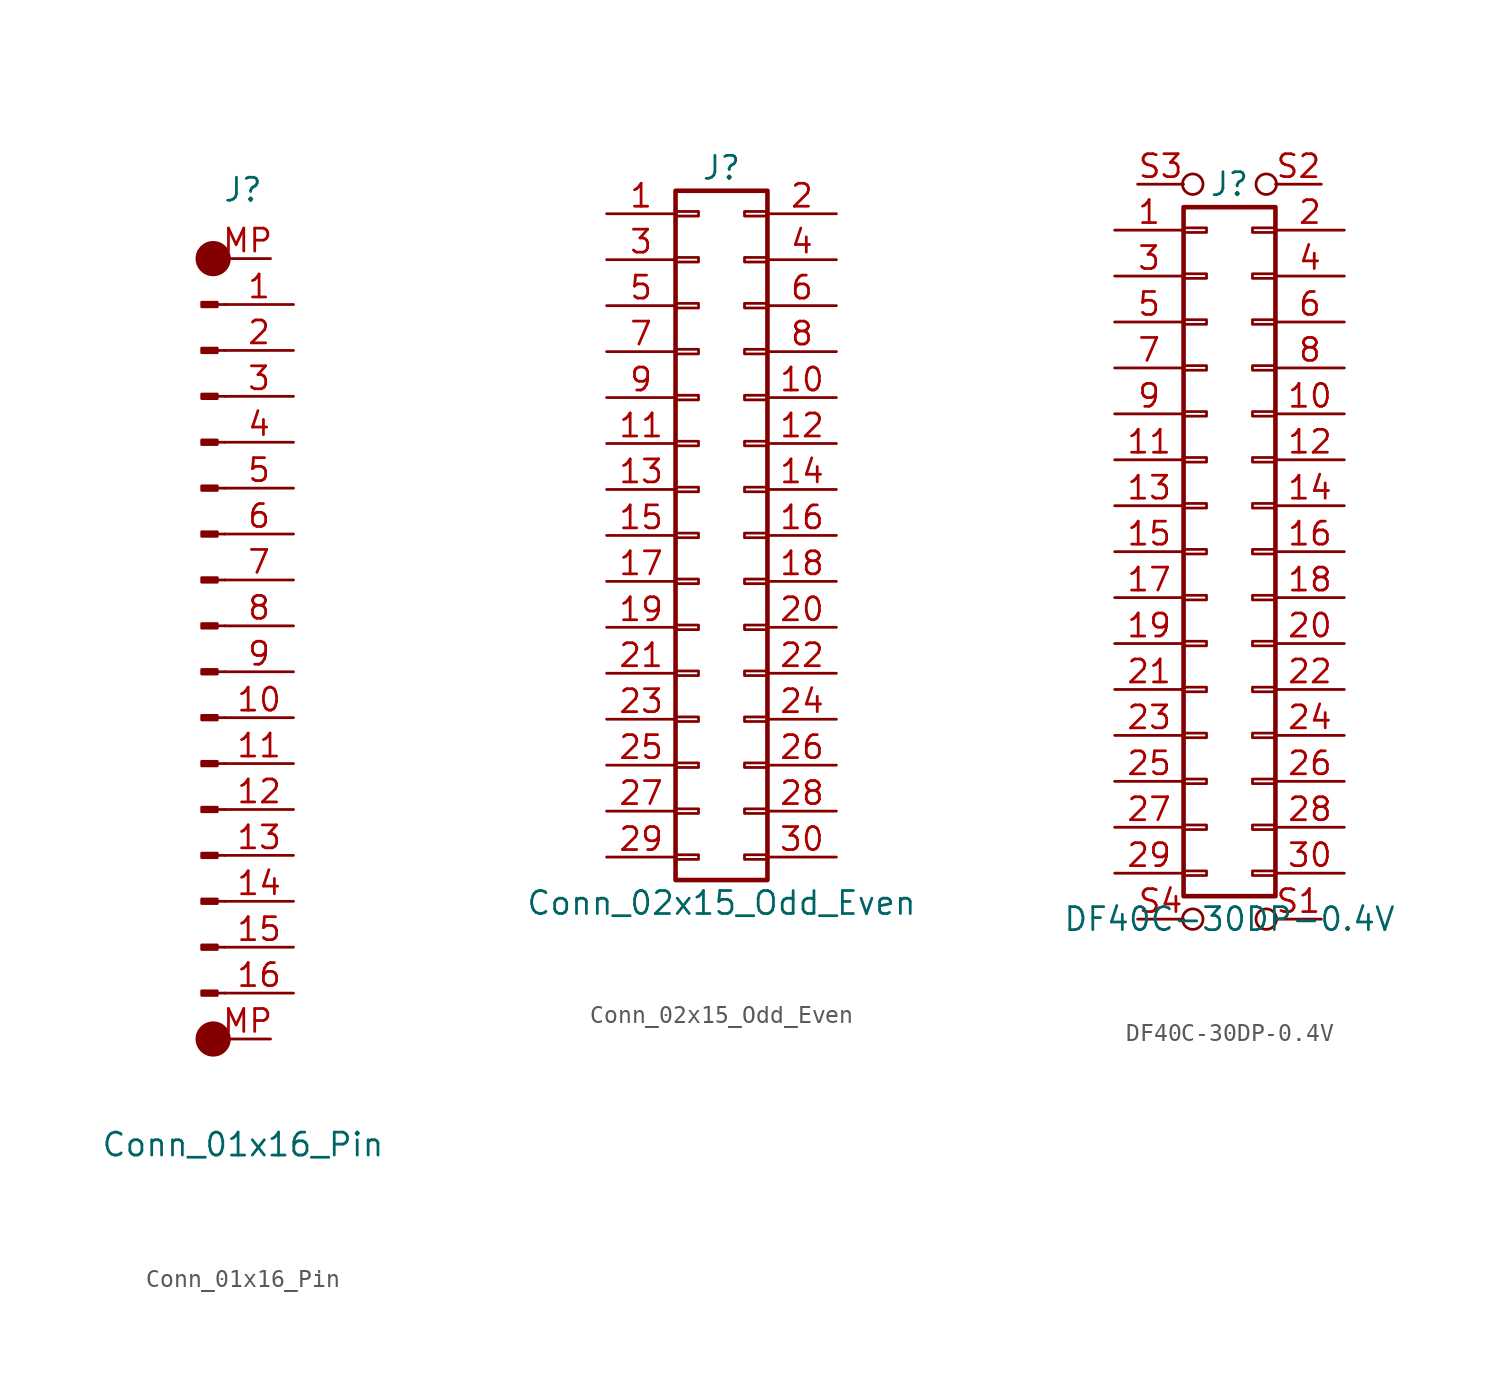
<source format=kicad_sym>
(kicad_symbol_lib
  (version 20231120)
  (generator "kicad_symbol_editor")
  (generator_version "8.0")
  (symbol "Conn_01x16_Pin"
    (pin_names
      (offset 1.016) hide)
    (property "Reference" "J"
      (at -0.254 25.4 0)
      (effects (font (size 1.27 1.27))))
    (property "Value" "Conn_01x16_Pin"
      (at -0.254 -27.432 0)
      (effects (font (size 1.27 1.27))))
    (property "ki_locked" ""
      (at 0 0 0)
      (effects (font (size 1.27 1.27))))
    (symbol "Conn_01x16_Pin_1_1"
      (circle (center -1.905 -21.59) (radius 0.898) (stroke (width 0) (type default)) (fill (type outline)))
      (circle (center -1.905 21.59) (radius 0.898) (stroke (width 0) (type default)) (fill (type outline)))
      (rectangle (start -1.676 -18.923) (end -2.54 -19.177) (stroke (width 0.152) (type default)) (fill (type outline)))
      (rectangle (start -1.676 -16.383) (end -2.54 -16.637) (stroke (width 0.152) (type default)) (fill (type outline)))
      (rectangle (start -1.676 -13.843) (end -2.54 -14.097) (stroke (width 0.152) (type default)) (fill (type outline)))
      (rectangle (start -1.676 -11.303) (end -2.54 -11.557) (stroke (width 0.152) (type default)) (fill (type outline)))
      (rectangle (start -1.676 -8.763) (end -2.54 -9.017) (stroke (width 0.152) (type default)) (fill (type outline)))
      (rectangle (start -1.676 -6.223) (end -2.54 -6.477) (stroke (width 0.152) (type default)) (fill (type outline)))
      (rectangle (start -1.676 -3.683) (end -2.54 -3.937) (stroke (width 0.152) (type default)) (fill (type outline)))
      (rectangle (start -1.676 -1.143) (end -2.54 -1.397) (stroke (width 0.152) (type default)) (fill (type outline)))
      (rectangle (start -1.676 1.397) (end -2.54 1.143) (stroke (width 0.152) (type default)) (fill (type outline)))
      (rectangle (start -1.676 3.937) (end -2.54 3.683) (stroke (width 0.152) (type default)) (fill (type outline)))
      (rectangle (start -1.676 6.477) (end -2.54 6.223) (stroke (width 0.152) (type default)) (fill (type outline)))
      (rectangle (start -1.676 9.017) (end -2.54 8.763) (stroke (width 0.152) (type default)) (fill (type outline)))
      (rectangle (start -1.676 11.557) (end -2.54 11.303) (stroke (width 0.152) (type default)) (fill (type outline)))
      (rectangle (start -1.676 14.097) (end -2.54 13.843) (stroke (width 0.152) (type default)) (fill (type outline)))
      (rectangle (start -1.676 16.637) (end -2.54 16.383) (stroke (width 0.152) (type default)) (fill (type outline)))
      (rectangle (start -1.676 19.177) (end -2.54 18.923) (stroke (width 0.152) (type default)) (fill (type outline)))
      (polyline (pts (xy -1.27 -19.05) (xy -1.676 -19.05)) (stroke (width 0.152) (type default)) (fill (type none)))
      (polyline (pts (xy -1.27 -16.51) (xy -1.676 -16.51)) (stroke (width 0.152) (type default)) (fill (type none)))
      (polyline (pts (xy -1.27 -13.97) (xy -1.676 -13.97)) (stroke (width 0.152) (type default)) (fill (type none)))
      (polyline (pts (xy -1.27 -11.43) (xy -1.676 -11.43)) (stroke (width 0.152) (type default)) (fill (type none)))
      (polyline (pts (xy -1.27 -8.89) (xy -1.676 -8.89)) (stroke (width 0.152) (type default)) (fill (type none)))
      (polyline (pts (xy -1.27 -6.35) (xy -1.676 -6.35)) (stroke (width 0.152) (type default)) (fill (type none)))
      (polyline (pts (xy -1.27 -3.81) (xy -1.676 -3.81)) (stroke (width 0.152) (type default)) (fill (type none)))
      (polyline (pts (xy -1.27 -1.27) (xy -1.676 -1.27)) (stroke (width 0.152) (type default)) (fill (type none)))
      (polyline (pts (xy -1.27 1.27) (xy -1.676 1.27)) (stroke (width 0.152) (type default)) (fill (type none)))
      (polyline (pts (xy -1.27 3.81) (xy -1.676 3.81)) (stroke (width 0.152) (type default)) (fill (type none)))
      (polyline (pts (xy -1.27 6.35) (xy -1.676 6.35)) (stroke (width 0.152) (type default)) (fill (type none)))
      (polyline (pts (xy -1.27 8.89) (xy -1.676 8.89)) (stroke (width 0.152) (type default)) (fill (type none)))
      (polyline (pts (xy -1.27 11.43) (xy -1.676 11.43)) (stroke (width 0.152) (type default)) (fill (type none)))
      (polyline (pts (xy -1.27 13.97) (xy -1.676 13.97)) (stroke (width 0.152) (type default)) (fill (type none)))
      (polyline (pts (xy -1.27 16.51) (xy -1.676 16.51)) (stroke (width 0.152) (type default)) (fill (type none)))
      (polyline (pts (xy -1.27 19.05) (xy -1.676 19.05)) (stroke (width 0.152) (type default)) (fill (type none)))
      (pin passive line (at 2.54 19.05 180) (length 3.81) (name "Pin_1" (effects (font (size 1.27 1.27)))) (number "1" (effects (font (size 1.27 1.27)))))
      (pin passive line (at 2.54 -3.81 180) (length 3.81) (name "Pin_10" (effects (font (size 1.27 1.27)))) (number "10" (effects (font (size 1.27 1.27)))))
      (pin passive line (at 2.54 -6.35 180) (length 3.81) (name "Pin_11" (effects (font (size 1.27 1.27)))) (number "11" (effects (font (size 1.27 1.27)))))
      (pin passive line (at 2.54 -8.89 180) (length 3.81) (name "Pin_12" (effects (font (size 1.27 1.27)))) (number "12" (effects (font (size 1.27 1.27)))))
      (pin passive line (at 2.54 -11.43 180) (length 3.81) (name "Pin_13" (effects (font (size 1.27 1.27)))) (number "13" (effects (font (size 1.27 1.27)))))
      (pin passive line (at 2.54 -13.97 180) (length 3.81) (name "Pin_14" (effects (font (size 1.27 1.27)))) (number "14" (effects (font (size 1.27 1.27)))))
      (pin passive line (at 2.54 -16.51 180) (length 3.81) (name "Pin_15" (effects (font (size 1.27 1.27)))) (number "15" (effects (font (size 1.27 1.27)))))
      (pin passive line (at 2.54 -19.05 180) (length 3.81) (name "Pin_16" (effects (font (size 1.27 1.27)))) (number "16" (effects (font (size 1.27 1.27)))))
      (pin passive line (at 2.54 16.51 180) (length 3.81) (name "Pin_2" (effects (font (size 1.27 1.27)))) (number "2" (effects (font (size 1.27 1.27)))))
      (pin passive line (at 2.54 13.97 180) (length 3.81) (name "Pin_3" (effects (font (size 1.27 1.27)))) (number "3" (effects (font (size 1.27 1.27)))))
      (pin passive line (at 2.54 11.43 180) (length 3.81) (name "Pin_4" (effects (font (size 1.27 1.27)))) (number "4" (effects (font (size 1.27 1.27)))))
      (pin passive line (at 2.54 8.89 180) (length 3.81) (name "Pin_5" (effects (font (size 1.27 1.27)))) (number "5" (effects (font (size 1.27 1.27)))))
      (pin passive line (at 2.54 6.35 180) (length 3.81) (name "Pin_6" (effects (font (size 1.27 1.27)))) (number "6" (effects (font (size 1.27 1.27)))))
      (pin passive line (at 2.54 3.81 180) (length 3.81) (name "Pin_7" (effects (font (size 1.27 1.27)))) (number "7" (effects (font (size 1.27 1.27)))))
      (pin passive line (at 2.54 1.27 180) (length 3.81) (name "Pin_8" (effects (font (size 1.27 1.27)))) (number "8" (effects (font (size 1.27 1.27)))))
      (pin passive line (at 2.54 -1.27 180) (length 3.81) (name "Pin_9" (effects (font (size 1.27 1.27)))) (number "9" (effects (font (size 1.27 1.27)))))
      (pin input line (at 1.27 -21.59 180) (length 2.54) (name "MP" (effects (font (size 1.27 1.27)))) (number "MP" (effects (font (size 1.27 1.27)))))
      (pin input line (at 1.27 21.59 180) (length 2.54) (name "MP" (effects (font (size 1.27 1.27)))) (number "MP" (effects (font (size 1.27 1.27)))))))
  (symbol "Conn_02x15_Odd_Even"
    (pin_names
      (offset 1.016) hide)
    (property "Reference" "J"
      (at 0 20.32 0)
      (effects (font (size 1.27 1.27))))
    (property "Value" "Conn_02x15_Odd_Even"
      (at 0 -20.32 0)
      (effects (font (size 1.27 1.27))))
    (symbol "Conn_02x15_Odd_Even_1_1"
      (rectangle (start -2.54 -17.653) (end -1.27 -17.907) (stroke (width 0.152) (type default)) (fill (type none)))
      (rectangle (start -2.54 -15.113) (end -1.27 -15.367) (stroke (width 0.152) (type default)) (fill (type none)))
      (rectangle (start -2.54 -12.573) (end -1.27 -12.827) (stroke (width 0.152) (type default)) (fill (type none)))
      (rectangle (start -2.54 -10.033) (end -1.27 -10.287) (stroke (width 0.152) (type default)) (fill (type none)))
      (rectangle (start -2.54 -7.493) (end -1.27 -7.747) (stroke (width 0.152) (type default)) (fill (type none)))
      (rectangle (start -2.54 -4.953) (end -1.27 -5.207) (stroke (width 0.152) (type default)) (fill (type none)))
      (rectangle (start -2.54 -2.413) (end -1.27 -2.667) (stroke (width 0.152) (type default)) (fill (type none)))
      (rectangle (start -2.54 0.127) (end -1.27 -0.127) (stroke (width 0.152) (type default)) (fill (type none)))
      (rectangle (start -2.54 2.667) (end -1.27 2.413) (stroke (width 0.152) (type default)) (fill (type none)))
      (rectangle (start -2.54 5.207) (end -1.27 4.953) (stroke (width 0.152) (type default)) (fill (type none)))
      (rectangle (start -2.54 7.747) (end -1.27 7.493) (stroke (width 0.152) (type default)) (fill (type none)))
      (rectangle (start -2.54 10.287) (end -1.27 10.033) (stroke (width 0.152) (type default)) (fill (type none)))
      (rectangle (start -2.54 12.827) (end -1.27 12.573) (stroke (width 0.152) (type default)) (fill (type none)))
      (rectangle (start -2.54 15.367) (end -1.27 15.113) (stroke (width 0.152) (type default)) (fill (type none)))
      (rectangle (start -2.54 17.907) (end -1.27 17.653) (stroke (width 0.152) (type default)) (fill (type none)))
      (rectangle (start -2.54 19.05) (end 2.54 -19.05) (stroke (width 0.254) (type default)) (fill (type none)))
      (rectangle (start 2.54 -17.653) (end 1.27 -17.907) (stroke (width 0.152) (type default)) (fill (type none)))
      (rectangle (start 2.54 -15.113) (end 1.27 -15.367) (stroke (width 0.152) (type default)) (fill (type none)))
      (rectangle (start 2.54 -12.573) (end 1.27 -12.827) (stroke (width 0.152) (type default)) (fill (type none)))
      (rectangle (start 2.54 -10.033) (end 1.27 -10.287) (stroke (width 0.152) (type default)) (fill (type none)))
      (rectangle (start 2.54 -7.493) (end 1.27 -7.747) (stroke (width 0.152) (type default)) (fill (type none)))
      (rectangle (start 2.54 -4.953) (end 1.27 -5.207) (stroke (width 0.152) (type default)) (fill (type none)))
      (rectangle (start 2.54 -2.413) (end 1.27 -2.667) (stroke (width 0.152) (type default)) (fill (type none)))
      (rectangle (start 2.54 0.127) (end 1.27 -0.127) (stroke (width 0.152) (type default)) (fill (type none)))
      (rectangle (start 2.54 2.667) (end 1.27 2.413) (stroke (width 0.152) (type default)) (fill (type none)))
      (rectangle (start 2.54 5.207) (end 1.27 4.953) (stroke (width 0.152) (type default)) (fill (type none)))
      (rectangle (start 2.54 7.747) (end 1.27 7.493) (stroke (width 0.152) (type default)) (fill (type none)))
      (rectangle (start 2.54 10.287) (end 1.27 10.033) (stroke (width 0.152) (type default)) (fill (type none)))
      (rectangle (start 2.54 12.827) (end 1.27 12.573) (stroke (width 0.152) (type default)) (fill (type none)))
      (rectangle (start 2.54 15.367) (end 1.27 15.113) (stroke (width 0.152) (type default)) (fill (type none)))
      (rectangle (start 2.54 17.907) (end 1.27 17.653) (stroke (width 0.152) (type default)) (fill (type none)))
      (pin passive line (at -6.35 17.78 0) (length 3.81) (name "Pin_1" (effects (font (size 1.27 1.27)))) (number "1" (effects (font (size 1.27 1.27)))))
      (pin passive line (at 6.35 7.62 180) (length 3.81) (name "Pin_10" (effects (font (size 1.27 1.27)))) (number "10" (effects (font (size 1.27 1.27)))))
      (pin passive line (at -6.35 5.08 0) (length 3.81) (name "Pin_11" (effects (font (size 1.27 1.27)))) (number "11" (effects (font (size 1.27 1.27)))))
      (pin passive line (at 6.35 5.08 180) (length 3.81) (name "Pin_12" (effects (font (size 1.27 1.27)))) (number "12" (effects (font (size 1.27 1.27)))))
      (pin passive line (at -6.35 2.54 0) (length 3.81) (name "Pin_13" (effects (font (size 1.27 1.27)))) (number "13" (effects (font (size 1.27 1.27)))))
      (pin passive line (at 6.35 2.54 180) (length 3.81) (name "Pin_14" (effects (font (size 1.27 1.27)))) (number "14" (effects (font (size 1.27 1.27)))))
      (pin passive line (at -6.35 0 0) (length 3.81) (name "Pin_15" (effects (font (size 1.27 1.27)))) (number "15" (effects (font (size 1.27 1.27)))))
      (pin passive line (at 6.35 0 180) (length 3.81) (name "Pin_16" (effects (font (size 1.27 1.27)))) (number "16" (effects (font (size 1.27 1.27)))))
      (pin passive line (at -6.35 -2.54 0) (length 3.81) (name "Pin_17" (effects (font (size 1.27 1.27)))) (number "17" (effects (font (size 1.27 1.27)))))
      (pin passive line (at 6.35 -2.54 180) (length 3.81) (name "Pin_18" (effects (font (size 1.27 1.27)))) (number "18" (effects (font (size 1.27 1.27)))))
      (pin passive line (at -6.35 -5.08 0) (length 3.81) (name "Pin_19" (effects (font (size 1.27 1.27)))) (number "19" (effects (font (size 1.27 1.27)))))
      (pin passive line (at 6.35 17.78 180) (length 3.81) (name "Pin_2" (effects (font (size 1.27 1.27)))) (number "2" (effects (font (size 1.27 1.27)))))
      (pin passive line (at 6.35 -5.08 180) (length 3.81) (name "Pin_20" (effects (font (size 1.27 1.27)))) (number "20" (effects (font (size 1.27 1.27)))))
      (pin passive line (at -6.35 -7.62 0) (length 3.81) (name "Pin_21" (effects (font (size 1.27 1.27)))) (number "21" (effects (font (size 1.27 1.27)))))
      (pin passive line (at 6.35 -7.62 180) (length 3.81) (name "Pin_22" (effects (font (size 1.27 1.27)))) (number "22" (effects (font (size 1.27 1.27)))))
      (pin passive line (at -6.35 -10.16 0) (length 3.81) (name "Pin_23" (effects (font (size 1.27 1.27)))) (number "23" (effects (font (size 1.27 1.27)))))
      (pin passive line (at 6.35 -10.16 180) (length 3.81) (name "Pin_24" (effects (font (size 1.27 1.27)))) (number "24" (effects (font (size 1.27 1.27)))))
      (pin passive line (at -6.35 -12.7 0) (length 3.81) (name "Pin_25" (effects (font (size 1.27 1.27)))) (number "25" (effects (font (size 1.27 1.27)))))
      (pin passive line (at 6.35 -12.7 180) (length 3.81) (name "Pin_26" (effects (font (size 1.27 1.27)))) (number "26" (effects (font (size 1.27 1.27)))))
      (pin passive line (at -6.35 -15.24 0) (length 3.81) (name "Pin_27" (effects (font (size 1.27 1.27)))) (number "27" (effects (font (size 1.27 1.27)))))
      (pin passive line (at 6.35 -15.24 180) (length 3.81) (name "Pin_28" (effects (font (size 1.27 1.27)))) (number "28" (effects (font (size 1.27 1.27)))))
      (pin passive line (at -6.35 -17.78 0) (length 3.81) (name "Pin_29" (effects (font (size 1.27 1.27)))) (number "29" (effects (font (size 1.27 1.27)))))
      (pin passive line (at -6.35 15.24 0) (length 3.81) (name "Pin_3" (effects (font (size 1.27 1.27)))) (number "3" (effects (font (size 1.27 1.27)))))
      (pin passive line (at 6.35 -17.78 180) (length 3.81) (name "Pin_30" (effects (font (size 1.27 1.27)))) (number "30" (effects (font (size 1.27 1.27)))))
      (pin passive line (at 6.35 15.24 180) (length 3.81) (name "Pin_4" (effects (font (size 1.27 1.27)))) (number "4" (effects (font (size 1.27 1.27)))))
      (pin passive line (at -6.35 12.7 0) (length 3.81) (name "Pin_5" (effects (font (size 1.27 1.27)))) (number "5" (effects (font (size 1.27 1.27)))))
      (pin passive line (at 6.35 12.7 180) (length 3.81) (name "Pin_6" (effects (font (size 1.27 1.27)))) (number "6" (effects (font (size 1.27 1.27)))))
      (pin passive line (at -6.35 10.16 0) (length 3.81) (name "Pin_7" (effects (font (size 1.27 1.27)))) (number "7" (effects (font (size 1.27 1.27)))))
      (pin passive line (at 6.35 10.16 180) (length 3.81) (name "Pin_8" (effects (font (size 1.27 1.27)))) (number "8" (effects (font (size 1.27 1.27)))))
      (pin passive line (at -6.35 7.62 0) (length 3.81) (name "Pin_9" (effects (font (size 1.27 1.27)))) (number "9" (effects (font (size 1.27 1.27)))))))
  (symbol "DF40C-30DP-0.4V"
    (pin_names
      (offset 1.016) hide)
    (property "Reference" "J"
      (at 0 20.32 0)
      (effects (font (size 1.27 1.27))))
    (property "Value" "DF40C-30DP-0.4V"
      (at 0 -20.32 0)
      (effects (font (size 1.27 1.27))))
    (symbol "DF40C-30DP-0.4V_1_1"
      (rectangle (start -2.54 -17.653) (end -1.27 -17.907) (stroke (width 0.152) (type default)) (fill (type none)))
      (rectangle (start -2.54 -15.113) (end -1.27 -15.367) (stroke (width 0.152) (type default)) (fill (type none)))
      (rectangle (start -2.54 -12.573) (end -1.27 -12.827) (stroke (width 0.152) (type default)) (fill (type none)))
      (rectangle (start -2.54 -10.033) (end -1.27 -10.287) (stroke (width 0.152) (type default)) (fill (type none)))
      (rectangle (start -2.54 -7.493) (end -1.27 -7.747) (stroke (width 0.152) (type default)) (fill (type none)))
      (rectangle (start -2.54 -4.953) (end -1.27 -5.207) (stroke (width 0.152) (type default)) (fill (type none)))
      (rectangle (start -2.54 -2.413) (end -1.27 -2.667) (stroke (width 0.152) (type default)) (fill (type none)))
      (rectangle (start -2.54 0.127) (end -1.27 -0.127) (stroke (width 0.152) (type default)) (fill (type none)))
      (rectangle (start -2.54 2.667) (end -1.27 2.413) (stroke (width 0.152) (type default)) (fill (type none)))
      (rectangle (start -2.54 5.207) (end -1.27 4.953) (stroke (width 0.152) (type default)) (fill (type none)))
      (rectangle (start -2.54 7.747) (end -1.27 7.493) (stroke (width 0.152) (type default)) (fill (type none)))
      (rectangle (start -2.54 10.287) (end -1.27 10.033) (stroke (width 0.152) (type default)) (fill (type none)))
      (rectangle (start -2.54 12.827) (end -1.27 12.573) (stroke (width 0.152) (type default)) (fill (type none)))
      (rectangle (start -2.54 15.367) (end -1.27 15.113) (stroke (width 0.152) (type default)) (fill (type none)))
      (rectangle (start -2.54 17.907) (end -1.27 17.653) (stroke (width 0.152) (type default)) (fill (type none)))
      (rectangle (start -2.54 19.05) (end 2.54 -19.05) (stroke (width 0.254) (type default)) (fill (type none)))
      (circle (center -2.032 -20.32) (radius 0.568) (stroke (width 0) (type default)) (fill (type none)))
      (circle (center -2.032 20.32) (radius 0.568) (stroke (width 0) (type default)) (fill (type none)))
      (circle (center 2.032 -20.32) (radius 0.568) (stroke (width 0) (type default)) (fill (type none)))
      (circle (center 2.032 20.32) (radius 0.568) (stroke (width 0) (type default)) (fill (type none)))
      (rectangle (start 2.54 -17.653) (end 1.27 -17.907) (stroke (width 0.152) (type default)) (fill (type none)))
      (rectangle (start 2.54 -15.113) (end 1.27 -15.367) (stroke (width 0.152) (type default)) (fill (type none)))
      (rectangle (start 2.54 -12.573) (end 1.27 -12.827) (stroke (width 0.152) (type default)) (fill (type none)))
      (rectangle (start 2.54 -10.033) (end 1.27 -10.287) (stroke (width 0.152) (type default)) (fill (type none)))
      (rectangle (start 2.54 -7.493) (end 1.27 -7.747) (stroke (width 0.152) (type default)) (fill (type none)))
      (rectangle (start 2.54 -4.953) (end 1.27 -5.207) (stroke (width 0.152) (type default)) (fill (type none)))
      (rectangle (start 2.54 -2.413) (end 1.27 -2.667) (stroke (width 0.152) (type default)) (fill (type none)))
      (rectangle (start 2.54 0.127) (end 1.27 -0.127) (stroke (width 0.152) (type default)) (fill (type none)))
      (rectangle (start 2.54 2.667) (end 1.27 2.413) (stroke (width 0.152) (type default)) (fill (type none)))
      (rectangle (start 2.54 5.207) (end 1.27 4.953) (stroke (width 0.152) (type default)) (fill (type none)))
      (rectangle (start 2.54 7.747) (end 1.27 7.493) (stroke (width 0.152) (type default)) (fill (type none)))
      (rectangle (start 2.54 10.287) (end 1.27 10.033) (stroke (width 0.152) (type default)) (fill (type none)))
      (rectangle (start 2.54 12.827) (end 1.27 12.573) (stroke (width 0.152) (type default)) (fill (type none)))
      (rectangle (start 2.54 15.367) (end 1.27 15.113) (stroke (width 0.152) (type default)) (fill (type none)))
      (rectangle (start 2.54 17.907) (end 1.27 17.653) (stroke (width 0.152) (type default)) (fill (type none)))
      (pin passive line (at -6.35 17.78 0) (length 3.81) (name "Pin_1" (effects (font (size 1.27 1.27)))) (number "1" (effects (font (size 1.27 1.27)))))
      (pin passive line (at 6.35 7.62 180) (length 3.81) (name "Pin_10" (effects (font (size 1.27 1.27)))) (number "10" (effects (font (size 1.27 1.27)))))
      (pin passive line (at -6.35 5.08 0) (length 3.81) (name "Pin_11" (effects (font (size 1.27 1.27)))) (number "11" (effects (font (size 1.27 1.27)))))
      (pin passive line (at 6.35 5.08 180) (length 3.81) (name "Pin_12" (effects (font (size 1.27 1.27)))) (number "12" (effects (font (size 1.27 1.27)))))
      (pin passive line (at -6.35 2.54 0) (length 3.81) (name "Pin_13" (effects (font (size 1.27 1.27)))) (number "13" (effects (font (size 1.27 1.27)))))
      (pin passive line (at 6.35 2.54 180) (length 3.81) (name "Pin_14" (effects (font (size 1.27 1.27)))) (number "14" (effects (font (size 1.27 1.27)))))
      (pin passive line (at -6.35 0 0) (length 3.81) (name "Pin_15" (effects (font (size 1.27 1.27)))) (number "15" (effects (font (size 1.27 1.27)))))
      (pin passive line (at 6.35 0 180) (length 3.81) (name "Pin_16" (effects (font (size 1.27 1.27)))) (number "16" (effects (font (size 1.27 1.27)))))
      (pin passive line (at -6.35 -2.54 0) (length 3.81) (name "Pin_17" (effects (font (size 1.27 1.27)))) (number "17" (effects (font (size 1.27 1.27)))))
      (pin passive line (at 6.35 -2.54 180) (length 3.81) (name "Pin_18" (effects (font (size 1.27 1.27)))) (number "18" (effects (font (size 1.27 1.27)))))
      (pin passive line (at -6.35 -5.08 0) (length 3.81) (name "Pin_19" (effects (font (size 1.27 1.27)))) (number "19" (effects (font (size 1.27 1.27)))))
      (pin passive line (at 6.35 17.78 180) (length 3.81) (name "Pin_2" (effects (font (size 1.27 1.27)))) (number "2" (effects (font (size 1.27 1.27)))))
      (pin passive line (at 6.35 -5.08 180) (length 3.81) (name "Pin_20" (effects (font (size 1.27 1.27)))) (number "20" (effects (font (size 1.27 1.27)))))
      (pin passive line (at -6.35 -7.62 0) (length 3.81) (name "Pin_21" (effects (font (size 1.27 1.27)))) (number "21" (effects (font (size 1.27 1.27)))))
      (pin passive line (at 6.35 -7.62 180) (length 3.81) (name "Pin_22" (effects (font (size 1.27 1.27)))) (number "22" (effects (font (size 1.27 1.27)))))
      (pin passive line (at -6.35 -10.16 0) (length 3.81) (name "Pin_23" (effects (font (size 1.27 1.27)))) (number "23" (effects (font (size 1.27 1.27)))))
      (pin passive line (at 6.35 -10.16 180) (length 3.81) (name "Pin_24" (effects (font (size 1.27 1.27)))) (number "24" (effects (font (size 1.27 1.27)))))
      (pin passive line (at -6.35 -12.7 0) (length 3.81) (name "Pin_25" (effects (font (size 1.27 1.27)))) (number "25" (effects (font (size 1.27 1.27)))))
      (pin passive line (at 6.35 -12.7 180) (length 3.81) (name "Pin_26" (effects (font (size 1.27 1.27)))) (number "26" (effects (font (size 1.27 1.27)))))
      (pin passive line (at -6.35 -15.24 0) (length 3.81) (name "Pin_27" (effects (font (size 1.27 1.27)))) (number "27" (effects (font (size 1.27 1.27)))))
      (pin passive line (at 6.35 -15.24 180) (length 3.81) (name "Pin_28" (effects (font (size 1.27 1.27)))) (number "28" (effects (font (size 1.27 1.27)))))
      (pin passive line (at -6.35 -17.78 0) (length 3.81) (name "Pin_29" (effects (font (size 1.27 1.27)))) (number "29" (effects (font (size 1.27 1.27)))))
      (pin passive line (at -6.35 15.24 0) (length 3.81) (name "Pin_3" (effects (font (size 1.27 1.27)))) (number "3" (effects (font (size 1.27 1.27)))))
      (pin passive line (at 6.35 -17.78 180) (length 3.81) (name "Pin_30" (effects (font (size 1.27 1.27)))) (number "30" (effects (font (size 1.27 1.27)))))
      (pin passive line (at 6.35 15.24 180) (length 3.81) (name "Pin_4" (effects (font (size 1.27 1.27)))) (number "4" (effects (font (size 1.27 1.27)))))
      (pin passive line (at -6.35 12.7 0) (length 3.81) (name "Pin_5" (effects (font (size 1.27 1.27)))) (number "5" (effects (font (size 1.27 1.27)))))
      (pin passive line (at 6.35 12.7 180) (length 3.81) (name "Pin_6" (effects (font (size 1.27 1.27)))) (number "6" (effects (font (size 1.27 1.27)))))
      (pin passive line (at -6.35 10.16 0) (length 3.81) (name "Pin_7" (effects (font (size 1.27 1.27)))) (number "7" (effects (font (size 1.27 1.27)))))
      (pin passive line (at 6.35 10.16 180) (length 3.81) (name "Pin_8" (effects (font (size 1.27 1.27)))) (number "8" (effects (font (size 1.27 1.27)))))
      (pin passive line (at -6.35 7.62 0) (length 3.81) (name "Pin_9" (effects (font (size 1.27 1.27)))) (number "9" (effects (font (size 1.27 1.27)))))
      (pin passive line (at 5.08 -20.32 180) (length 2.54) (name "S2" (effects (font (size 1.27 1.27)))) (number "S1" (effects (font (size 1.27 1.27)))))
      (pin passive line (at 5.08 20.32 180) (length 2.54) (name "S3" (effects (font (size 1.27 1.27)))) (number "S2" (effects (font (size 1.27 1.27)))))
      (pin passive line (at -5.08 20.32 0) (length 2.54) (name "S4" (effects (font (size 1.27 1.27)))) (number "S3" (effects (font (size 1.27 1.27)))))
      (pin passive line (at -5.08 -20.32 0) (length 2.54) (name "S1" (effects (font (size 1.27 1.27)))) (number "S4" (effects (font (size 1.27 1.27))))))))
</source>
